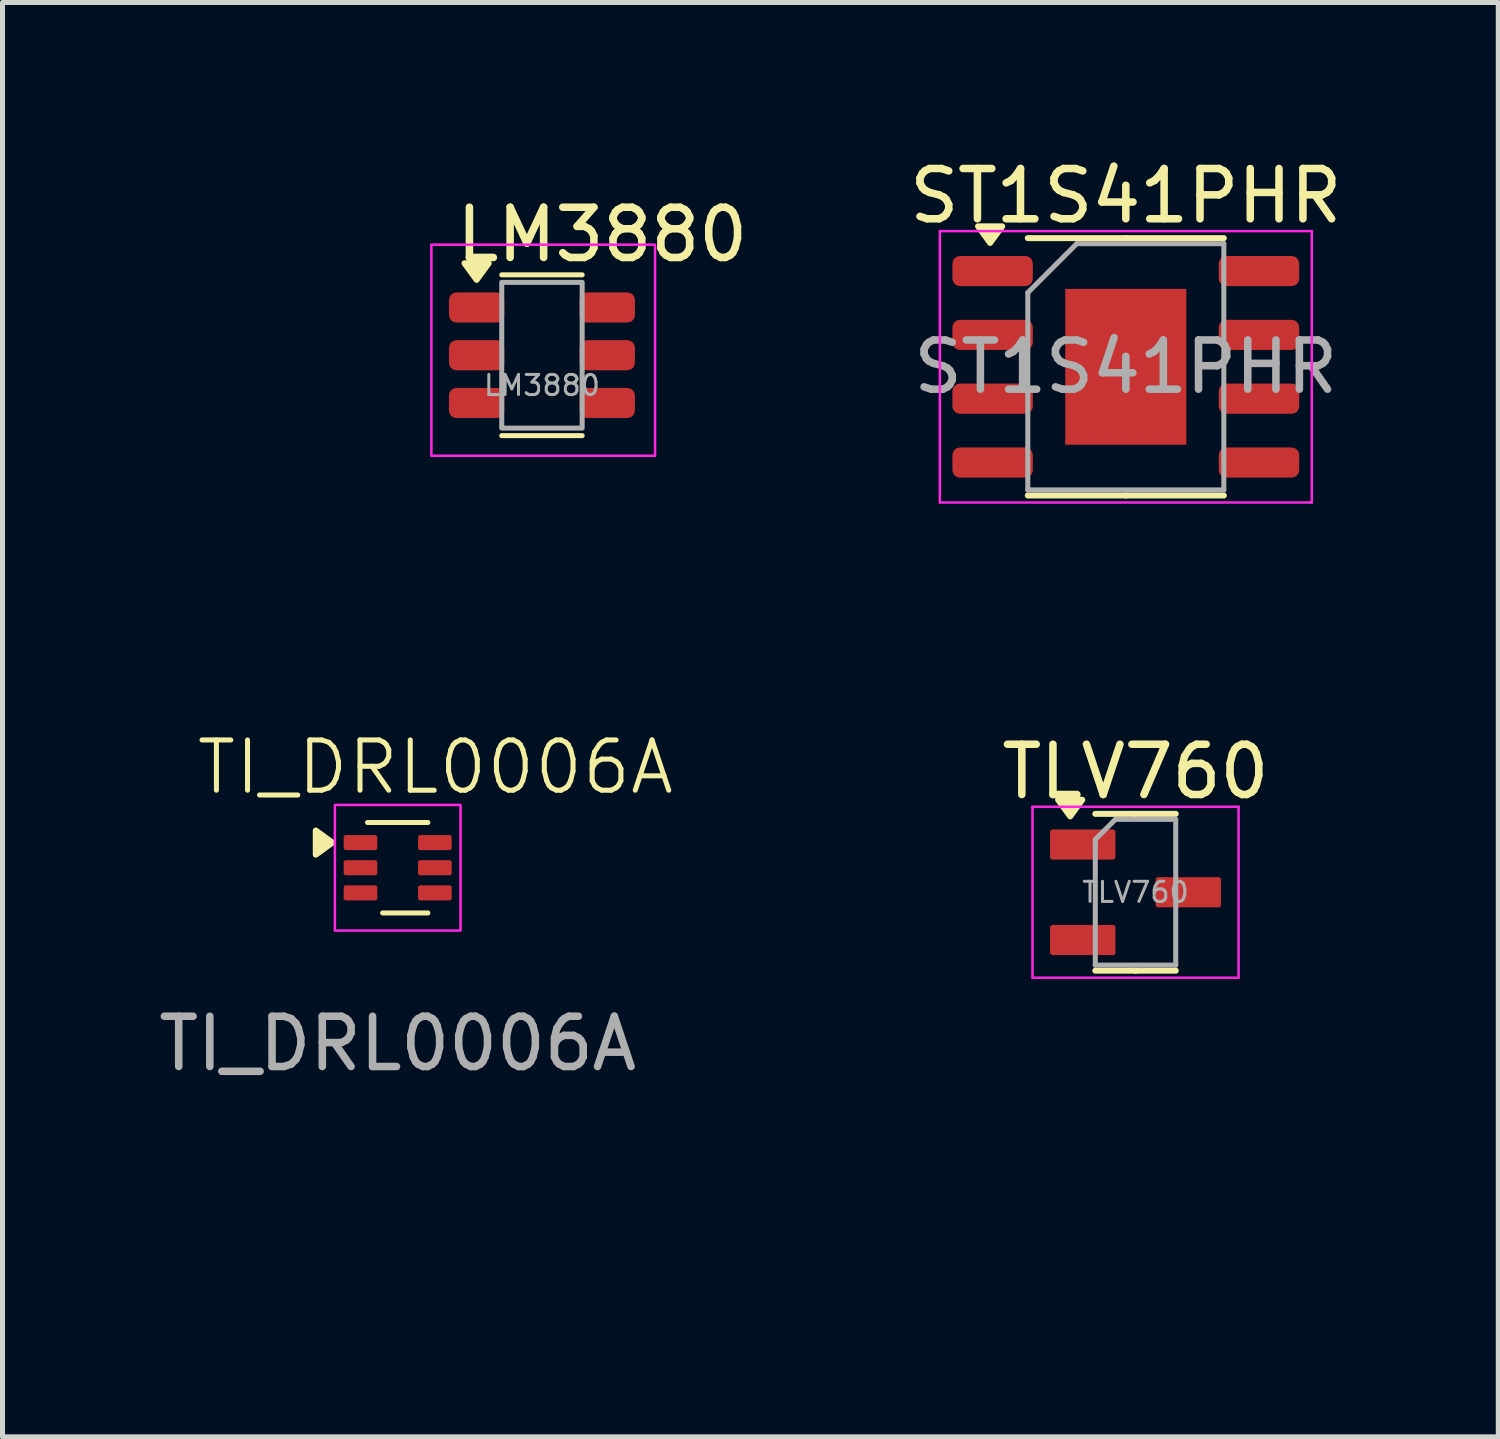
<source format=kicad_pcb>
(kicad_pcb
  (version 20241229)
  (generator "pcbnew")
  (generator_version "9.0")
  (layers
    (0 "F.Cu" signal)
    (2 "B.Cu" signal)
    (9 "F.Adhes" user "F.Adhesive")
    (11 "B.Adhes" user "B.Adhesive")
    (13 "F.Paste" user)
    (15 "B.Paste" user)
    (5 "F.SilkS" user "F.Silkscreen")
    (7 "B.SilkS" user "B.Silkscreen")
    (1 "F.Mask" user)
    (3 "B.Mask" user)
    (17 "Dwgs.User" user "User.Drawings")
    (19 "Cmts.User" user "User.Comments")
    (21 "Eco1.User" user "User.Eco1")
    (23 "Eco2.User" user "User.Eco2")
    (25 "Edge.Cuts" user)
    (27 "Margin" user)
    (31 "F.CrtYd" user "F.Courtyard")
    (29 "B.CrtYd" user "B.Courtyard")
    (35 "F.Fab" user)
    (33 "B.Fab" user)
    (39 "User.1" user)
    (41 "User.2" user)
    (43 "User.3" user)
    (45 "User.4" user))
  (footprint "LM3880"
    (layer "F.Cu")
    (at 7.733 4.018)
    (property "Reference" "LM3880" (at 1.2 -2.4 0) (layer "F.SilkS") (effects (font (size 1 1) (thickness 0.15))))
    (attr smd)
    (fp_line (start 0.8 -1.6) (end -0.8 -1.6) (stroke (width 0.1) (type default)) (layer "F.SilkS"))
    (fp_line (start 0.8 1.6) (end -0.8 1.6) (stroke (width 0.1) (type default)) (layer "F.SilkS"))
    (fp_poly (pts (xy -1.3 -1.5) (xy -1.54 -1.83) (xy -1.06 -1.83) (xy -1.3 -1.5)) (stroke (width 0.12) (type solid)) (fill yes) (layer "F.SilkS"))
    (fp_rect (start -2.2 -2.2) (end 2.25 2) (stroke (width 0.05) (type default)) (fill no) (layer "F.CrtYd"))
    (fp_rect (start -0.8 -1.45) (end 0.8 1.45) (stroke (width 0.1) (type default)) (fill no) (layer "F.Fab"))
    (fp_text user "${REFERENCE}" (at 0 0.6 0) (layer "F.Fab") (effects (font (size 0.4 0.4) (thickness 0.06))))
    (dimension (type orthogonal) (layer "User.1") (pts (xy 6.433 5.268) (xy 9.033 5.268)) (height 2.55) (orientation 0) (format (prefix "") (suffix "") (units 3) (units_format 0) (precision 4) (suppress_zeroes yes)) (style (thickness 0.1) (arrow_length 0.2) (text_position_mode 0) (arrow_direction outward) (extension_height 0.586) (extension_offset 0.5) (keep_text_aligned yes)) (gr_text "2.6" (at 7.733 7.218 0) (layer "User.1") (effects (font (size 0.5 0.5) (thickness 0.1)))))
    (dimension (type orthogonal) (layer "User.1") (pts (xy 5.883 2.768) (xy 5.883 3.368)) (height -2.2) (orientation 1) (format (prefix "") (suffix "") (units 3) (units_format 0) (precision 4) (suppress_zeroes yes)) (style (thickness 0.1) (arrow_length 0.2) (text_position_mode 2) (arrow_direction outward) (extension_height 0.586) (extension_offset 0.5) (keep_text_aligned yes)) (gr_text "0.6" (at 2.683 3.068 90) (layer "User.1") (effects (font (size 0.5 0.5) (thickness 0.1)))))
    (dimension (type orthogonal) (layer "User.1") (pts (xy 5.883 4.018) (xy 5.883 4.968)) (height -3.95) (orientation 1) (format (prefix "") (suffix "") (units 3) (units_format 0) (precision 4) (suppress_zeroes yes)) (style (thickness 0.1) (arrow_length 0.2) (text_position_mode 2) (arrow_direction outward) (extension_height 0.586) (extension_offset 0.5) (keep_text_aligned yes)) (gr_text "0.95" (at 0.933 4.493 90) (layer "User.1") (effects (font (size 0.5 0.5) (thickness 0.1)))))
    (dimension (type orthogonal) (layer "User.1") (pts (xy 5.883 2.768) (xy 6.983 2.768)) (height -1.7) (orientation 0) (format (prefix "") (suffix "") (units 3) (units_format 0) (precision 4) (suppress_zeroes yes)) (style (thickness 0.1) (arrow_length 0.2) (text_position_mode 0) (arrow_direction outward) (extension_height 0.586) (extension_offset 0.5) (keep_text_aligned yes)) (gr_text "1.1" (at 6.433 0.468 0) (layer "User.1") (effects (font (size 0.5 0.5) (thickness 0.1)))))
    (pad "1" smd roundrect (at -1.3 -0.95) (size 1.1 0.6) (layers "F.Cu" "F.Mask" "F.Paste") (roundrect_rratio 0.25))
    (pad "2" smd roundrect (at -1.3 0) (size 1.1 0.6) (layers "F.Cu" "F.Mask" "F.Paste") (roundrect_rratio 0.25))
    (pad "3" smd roundrect (at -1.3 0.95) (size 1.1 0.6) (layers "F.Cu" "F.Mask" "F.Paste") (roundrect_rratio 0.25))
    (pad "4" smd roundrect (at 1.3 0.95) (size 1.1 0.6) (layers "F.Cu" "F.Mask" "F.Paste") (roundrect_rratio 0.25))
    (pad "5" smd roundrect (at 1.3 0) (size 1.1 0.6) (layers "F.Cu" "F.Mask" "F.Paste") (roundrect_rratio 0.25))
    (pad "6" smd roundrect (at 1.3 -0.95) (size 1.1 0.6) (layers "F.Cu" "F.Mask" "F.Paste") (roundrect_rratio 0.25)))
  (footprint "TI_DRL0006A"
    (layer "F.Cu")
    (at 4.863 14.215)
    (property "Reference" "TI_DRL0006A" (at 0.75 -2 0) (unlocked yes) (layer "F.SilkS") (effects (font (size 1 1) (thickness 0.1))))
    (attr smd)
    (private_layers "User.2")
    (fp_line (start -0.6 -0.9) (end 0.6 -0.9) (stroke (width 0.1) (type default)) (layer "F.SilkS"))
    (fp_line (start -0.3 0.9) (end 0.6 0.9) (stroke (width 0.1) (type default)) (layer "F.SilkS"))
    (fp_poly (pts (xy -1.3 -0.5) (xy -1.63 -0.26) (xy -1.63 -0.74) (xy -1.3 -0.5)) (stroke (width 0.12) (type solid)) (fill yes) (layer "F.SilkS"))
    (fp_rect (start -1.25 -1.25) (end 1.25 1.25) (stroke (width 0.05) (type default)) (fill no) (layer "F.CrtYd"))
    (fp_rect (start -0.6 -0.8) (end 0.6 0.8) (stroke (width 0.1) (type default)) (fill no) (layer "User.1"))
    (fp_text user "${REFERENCE}" (at 0 3.5 0) (unlocked yes) (layer "F.Fab") (effects (font (size 1 1) (thickness 0.15))))
    (dimension (type orthogonal) (layer "User.2") (pts (xy 4.123 13.715) (xy 4.113 14.215)) (height -2.51) (orientation 1) (format (prefix "") (suffix "") (units 3) (units_format 0) (precision 4) (suppress_zeroes yes)) (style (thickness 0.05) (arrow_length 0.2) (text_position_mode 0) (arrow_direction outward) (extension_height 0.586) (extension_offset 0.5) (keep_text_aligned yes)) (gr_text "0.5" (at 1.253 13.965 90) (layer "User.2") (effects (font (size 0.3 0.3) (thickness 0.06) (bold yes)))))
    (dimension (type orthogonal) (layer "User.2") (pts (xy 4.123 14.715) (xy 5.603 14.715)) (height 4) (orientation 0) (format (prefix "") (suffix "") (units 3) (units_format 0) (precision 4) (suppress_zeroes yes)) (style (thickness 0.05) (arrow_length 0.2) (text_position_mode 0) (arrow_direction outward) (extension_height 0.586) (extension_offset 0.5) (keep_text_aligned yes)) (gr_text "1.48" (at 4.863 18.355 0) (layer "User.2") (effects (font (size 0.3 0.3) (thickness 0.06) (bold yes)))))
    (dimension (type orthogonal) (layer "User.2") (pts (xy 5.463 13.415) (xy 5.463 15.015)) (height 3.15) (orientation 1) (format (prefix "") (suffix "") (units 3) (units_format 0) (precision 4) (suppress_zeroes yes)) (style (thickness 0.05) (arrow_length 0.2) (text_position_mode 0) (arrow_direction outward) (extension_height 0.586) (extension_offset 0.5) (keep_text_aligned yes)) (gr_text "1.6" (at 8.253 14.215 90) (layer "User.2") (effects (font (size 0.3 0.3) (thickness 0.06) (bold yes)))))
    (dimension (type orthogonal) (layer "User.2") (pts (xy 4.123 14.565) (xy 4.123 14.865)) (height -2.51) (orientation 1) (format (prefix "") (suffix "") (units 3) (units_format 0) (precision 4) (suppress_zeroes yes)) (style (thickness 0.05) (arrow_length 0.2) (text_position_mode 0) (arrow_direction outward) (extension_height 0.586) (extension_offset 0.5) (keep_text_aligned yes)) (gr_text "0.3" (at 1.253 14.715 90) (layer "User.2") (effects (font (size 0.3 0.3) (thickness 0.06) (bold yes)))))
    (dimension (type orthogonal) (layer "User.2") (pts (xy 4.263 13.415) (xy 5.463 13.415)) (height -2.2) (orientation 0) (format (prefix "") (suffix "") (units 3) (units_format 0) (precision 4) (suppress_zeroes yes)) (style (thickness 0.05) (arrow_length 0.2) (text_position_mode 0) (arrow_direction outward) (extension_height 0.586) (extension_offset 0.5) (keep_text_aligned yes)) (gr_text "1.2" (at 4.863 10.855 0) (layer "User.2") (effects (font (size 0.3 0.3) (thickness 0.06) (bold yes)))))
    (dimension (type orthogonal) (layer "User.2") (pts (xy 3.788 14.715) (xy 4.458 14.715)) (height 2.75) (orientation 0) (format (prefix "") (suffix "") (units 3) (units_format 0) (precision 4) (suppress_zeroes yes)) (style (thickness 0.05) (arrow_length 0.2) (text_position_mode 0) (arrow_direction outward) (extension_height 0.586) (extension_offset 0.5) (keep_text_aligned yes)) (gr_text "0.67" (at 4.123 17.105 0) (layer "User.2") (effects (font (size 0.3 0.3) (thickness 0.06) (bold yes)))))
    (pad "1" smd roundrect (at -0.74 -0.5) (size 0.67 0.3) (layers "F.Cu" "F.Mask" "F.Paste") (roundrect_rratio 0.15))
    (pad "2" smd roundrect (at -0.74 0) (size 0.67 0.3) (layers "F.Cu" "F.Mask" "F.Paste") (roundrect_rratio 0.15))
    (pad "3" smd roundrect (at -0.74 0.5) (size 0.67 0.3) (layers "F.Cu" "F.Mask" "F.Paste") (roundrect_rratio 0.15))
    (pad "4" smd roundrect (at 0.74 0.5) (size 0.67 0.3) (layers "F.Cu" "F.Mask" "F.Paste") (roundrect_rratio 0.15))
    (pad "5" smd roundrect (at 0.74 0) (size 0.67 0.3) (layers "F.Cu" "F.Mask" "F.Paste") (roundrect_rratio 0.15))
    (pad "6" smd roundrect (at 0.74 -0.5) (size 0.67 0.3) (layers "F.Cu" "F.Mask" "F.Paste") (roundrect_rratio 0.15)))
  (footprint "TLV760"
    (layer "F.Cu")
    (at 19.543 14.703)
    (property "Reference" "TLV760" (at 0 -2.4 0) (layer "F.SilkS") (effects (font (size 1 1) (thickness 0.15))))
    (attr smd)
    (fp_line (start 0 -1.56) (end -0.8 -1.56) (stroke (width 0.12) (type solid)) (layer "F.SilkS"))
    (fp_line (start 0 -1.56) (end 0.8 -1.56) (stroke (width 0.12) (type solid)) (layer "F.SilkS"))
    (fp_line (start 0 1.56) (end -0.8 1.56) (stroke (width 0.12) (type solid)) (layer "F.SilkS"))
    (fp_line (start 0 1.56) (end 0.8 1.56) (stroke (width 0.12) (type solid)) (layer "F.SilkS"))
    (fp_poly (pts (xy -1.3 -1.51) (xy -1.54 -1.84) (xy -1.06 -1.84) (xy -1.3 -1.51)) (stroke (width 0.12) (type solid)) (fill yes) (layer "F.SilkS"))
    (fp_line (start -2.05 -1.7) (end -2.05 1.7) (stroke (width 0.05) (type solid)) (layer "F.CrtYd"))
    (fp_line (start -2.05 1.7) (end 2.05 1.7) (stroke (width 0.05) (type solid)) (layer "F.CrtYd"))
    (fp_line (start 2.05 -1.7) (end -2.05 -1.7) (stroke (width 0.05) (type solid)) (layer "F.CrtYd"))
    (fp_line (start 2.05 1.7) (end 2.05 -1.7) (stroke (width 0.05) (type solid)) (layer "F.CrtYd"))
    (fp_line (start -0.8 -1.05) (end -0.4 -1.45) (stroke (width 0.1) (type solid)) (layer "F.Fab"))
    (fp_line (start -0.8 1.45) (end -0.8 -1.05) (stroke (width 0.1) (type solid)) (layer "F.Fab"))
    (fp_line (start -0.4 -1.45) (end 0.8 -1.45) (stroke (width 0.1) (type solid)) (layer "F.Fab"))
    (fp_line (start 0.8 -1.45) (end 0.8 1.45) (stroke (width 0.1) (type solid)) (layer "F.Fab"))
    (fp_line (start 0.8 1.45) (end -0.8 1.45) (stroke (width 0.1) (type solid)) (layer "F.Fab"))
    (fp_text user "${REFERENCE}" (at 0 0 0) (layer "F.Fab") (effects (font (size 0.4 0.4) (thickness 0.06))))
    (dimension (type orthogonal) (layer "User.2") (pts (xy 18.493 15.653) (xy 18.493 14.703)) (height -2.15) (orientation 1) (format (prefix "") (suffix "") (units 3) (units_format 0) (precision 4) (suppress_zeroes yes)) (style (thickness 0.1) (arrow_length 0.2) (text_position_mode 0) (arrow_direction outward) (extension_height 0.586) (extension_offset 0.5) (keep_text_aligned yes)) (gr_text "0.95" (at 15.193 15.178 90) (layer "User.2") (effects (font (size 1 1) (thickness 0.15)))))
    (dimension (type orthogonal) (layer "User.2") (pts (xy 17.843 15.653) (xy 19.143 15.653)) (height 3.95) (orientation 0) (format (prefix "") (suffix "") (units 3) (units_format 0) (precision 4) (suppress_zeroes yes)) (style (thickness 0.1) (arrow_length 0.2) (text_position_mode 0) (arrow_direction outward) (extension_height 0.586) (extension_offset 0.5) (keep_text_aligned yes)) (gr_text "1.3" (at 18.493 18.453 0) (layer "User.2") (effects (font (size 1 1) (thickness 0.15)))))
    (dimension (type orthogonal) (layer "User.2") (pts (xy 17.843 13.453) (xy 17.843 14.053)) (height -1.5) (orientation 1) (format (prefix "") (suffix "") (units 3) (units_format 0) (precision 4) (suppress_zeroes yes)) (style (thickness 0.1) (arrow_length 0.2) (text_position_mode 0) (arrow_direction outward) (extension_height 0.586) (extension_offset 0.5) (keep_text_aligned yes)) (gr_text "0.6" (at 15.193 13.753 90) (layer "User.2") (effects (font (size 1 1) (thickness 0.15)))))
    (dimension (type orthogonal) (layer "User.2") (pts (xy 18.493 15.653) (xy 20.593 14.703)) (height 6.25) (orientation 0) (format (prefix "") (suffix "") (units 3) (units_format 0) (precision 4) (suppress_zeroes yes)) (style (thickness 0.1) (arrow_length 0.2) (text_position_mode 0) (arrow_direction outward) (extension_height 0.586) (extension_offset 0.5) (keep_text_aligned yes)) (gr_text "2.1" (at 19.543 20.753 0) (layer "User.2") (effects (font (size 1 1) (thickness 0.15)))))
    (pad "1" smd roundrect (at -1.05 -0.95) (size 1.3 0.6) (layers "F.Cu" "F.Mask" "F.Paste") (roundrect_rratio 0.083))
    (pad "2" smd roundrect (at -1.05 0.95) (size 1.3 0.6) (layers "F.Cu" "F.Mask" "F.Paste") (roundrect_rratio 0.083))
    (pad "3" smd roundrect (at 1.05 0) (size 1.3 0.6) (layers "F.Cu" "F.Mask" "F.Paste") (roundrect_rratio 0.083)))
  (footprint "ST1S41PHR"
    (layer "F.Cu")
    (at 19.35 4.248)
    (property "Reference" "ST1S41PHR" (at 0 -3.4 0) (layer "F.SilkS") (effects (font (size 1 1) (thickness 0.15))))
    (attr smd)
    (fp_line (start 0 -2.56) (end -1.95 -2.56) (stroke (width 0.12) (type solid)) (layer "F.SilkS"))
    (fp_line (start 0 -2.56) (end 1.95 -2.56) (stroke (width 0.12) (type solid)) (layer "F.SilkS"))
    (fp_line (start 0 2.56) (end -1.95 2.56) (stroke (width 0.12) (type solid)) (layer "F.SilkS"))
    (fp_line (start 0 2.56) (end 1.95 2.56) (stroke (width 0.12) (type solid)) (layer "F.SilkS"))
    (fp_poly (pts (xy -2.7 -2.465) (xy -2.94 -2.795) (xy -2.46 -2.795) (xy -2.7 -2.465)) (stroke (width 0.12) (type solid)) (fill yes) (layer "F.SilkS"))
    (fp_line (start -3.7 -2.7) (end -3.7 2.7) (stroke (width 0.05) (type solid)) (layer "F.CrtYd"))
    (fp_line (start -3.7 2.7) (end 3.7 2.7) (stroke (width 0.05) (type solid)) (layer "F.CrtYd"))
    (fp_line (start 3.7 -2.7) (end -3.7 -2.7) (stroke (width 0.05) (type solid)) (layer "F.CrtYd"))
    (fp_line (start 3.7 2.7) (end 3.7 -2.7) (stroke (width 0.05) (type solid)) (layer "F.CrtYd"))
    (fp_line (start -1.95 -1.475) (end -0.975 -2.45) (stroke (width 0.1) (type solid)) (layer "F.Fab"))
    (fp_line (start -1.95 2.45) (end -1.95 -1.475) (stroke (width 0.1) (type solid)) (layer "F.Fab"))
    (fp_line (start -0.975 -2.45) (end 1.95 -2.45) (stroke (width 0.1) (type solid)) (layer "F.Fab"))
    (fp_line (start 1.95 -2.45) (end 1.95 2.45) (stroke (width 0.1) (type solid)) (layer "F.Fab"))
    (fp_line (start 1.95 2.45) (end -1.95 2.45) (stroke (width 0.1) (type solid)) (layer "F.Fab"))
    (fp_text user "${REFERENCE}" (at 0 0 0) (layer "F.Fab") (effects (font (size 0.98 0.98) (thickness 0.15))))
    (pad "" smd roundrect (at -0.6 -0.775) (size 0.97 1.25) (layers "F.Paste") (roundrect_rratio 0.25))
    (pad "" smd roundrect (at -0.6 0.775) (size 0.97 1.25) (layers "F.Paste") (roundrect_rratio 0.25))
    (pad "" smd roundrect (at 0.6 -0.775) (size 0.97 1.25) (layers "F.Paste") (roundrect_rratio 0.25))
    (pad "" smd roundrect (at 0.6 0.775) (size 0.97 1.25) (layers "F.Paste") (roundrect_rratio 0.25))
    (pad "1" smd roundrect (at -2.65 -1.905) (size 1.6 0.6) (layers "F.Cu" "F.Mask" "F.Paste") (roundrect_rratio 0.25))
    (pad "2" smd roundrect (at -2.65 -0.635) (size 1.6 0.6) (layers "F.Cu" "F.Mask" "F.Paste") (roundrect_rratio 0.25))
    (pad "3" smd roundrect (at -2.65 0.635) (size 1.6 0.6) (layers "F.Cu" "F.Mask" "F.Paste") (roundrect_rratio 0.25))
    (pad "4" smd roundrect (at -2.65 1.905) (size 1.6 0.6) (layers "F.Cu" "F.Mask" "F.Paste") (roundrect_rratio 0.25))
    (pad "5" smd roundrect (at 2.65 1.905) (size 1.6 0.6) (layers "F.Cu" "F.Mask" "F.Paste") (roundrect_rratio 0.25))
    (pad "6" smd roundrect (at 2.65 0.635) (size 1.6 0.6) (layers "F.Cu" "F.Mask" "F.Paste") (roundrect_rratio 0.25))
    (pad "7" smd roundrect (at 2.65 -0.635) (size 1.6 0.6) (layers "F.Cu" "F.Mask" "F.Paste") (roundrect_rratio 0.25))
    (pad "8" smd roundrect (at 2.65 -1.905) (size 1.6 0.6) (layers "F.Cu" "F.Mask" "F.Paste") (roundrect_rratio 0.25))
    (pad "9" smd rect (at 0 0) (size 2.41 3.1) (property pad_prop_heatsink) (layers "F.Cu" "F.Mask")))
  (gr_rect
    (start -3 -3)
    (end 26.761 25.539)
    (stroke (width 0.1) (type default))
    (fill no)
    (layer "Edge.Cuts")))
</source>
